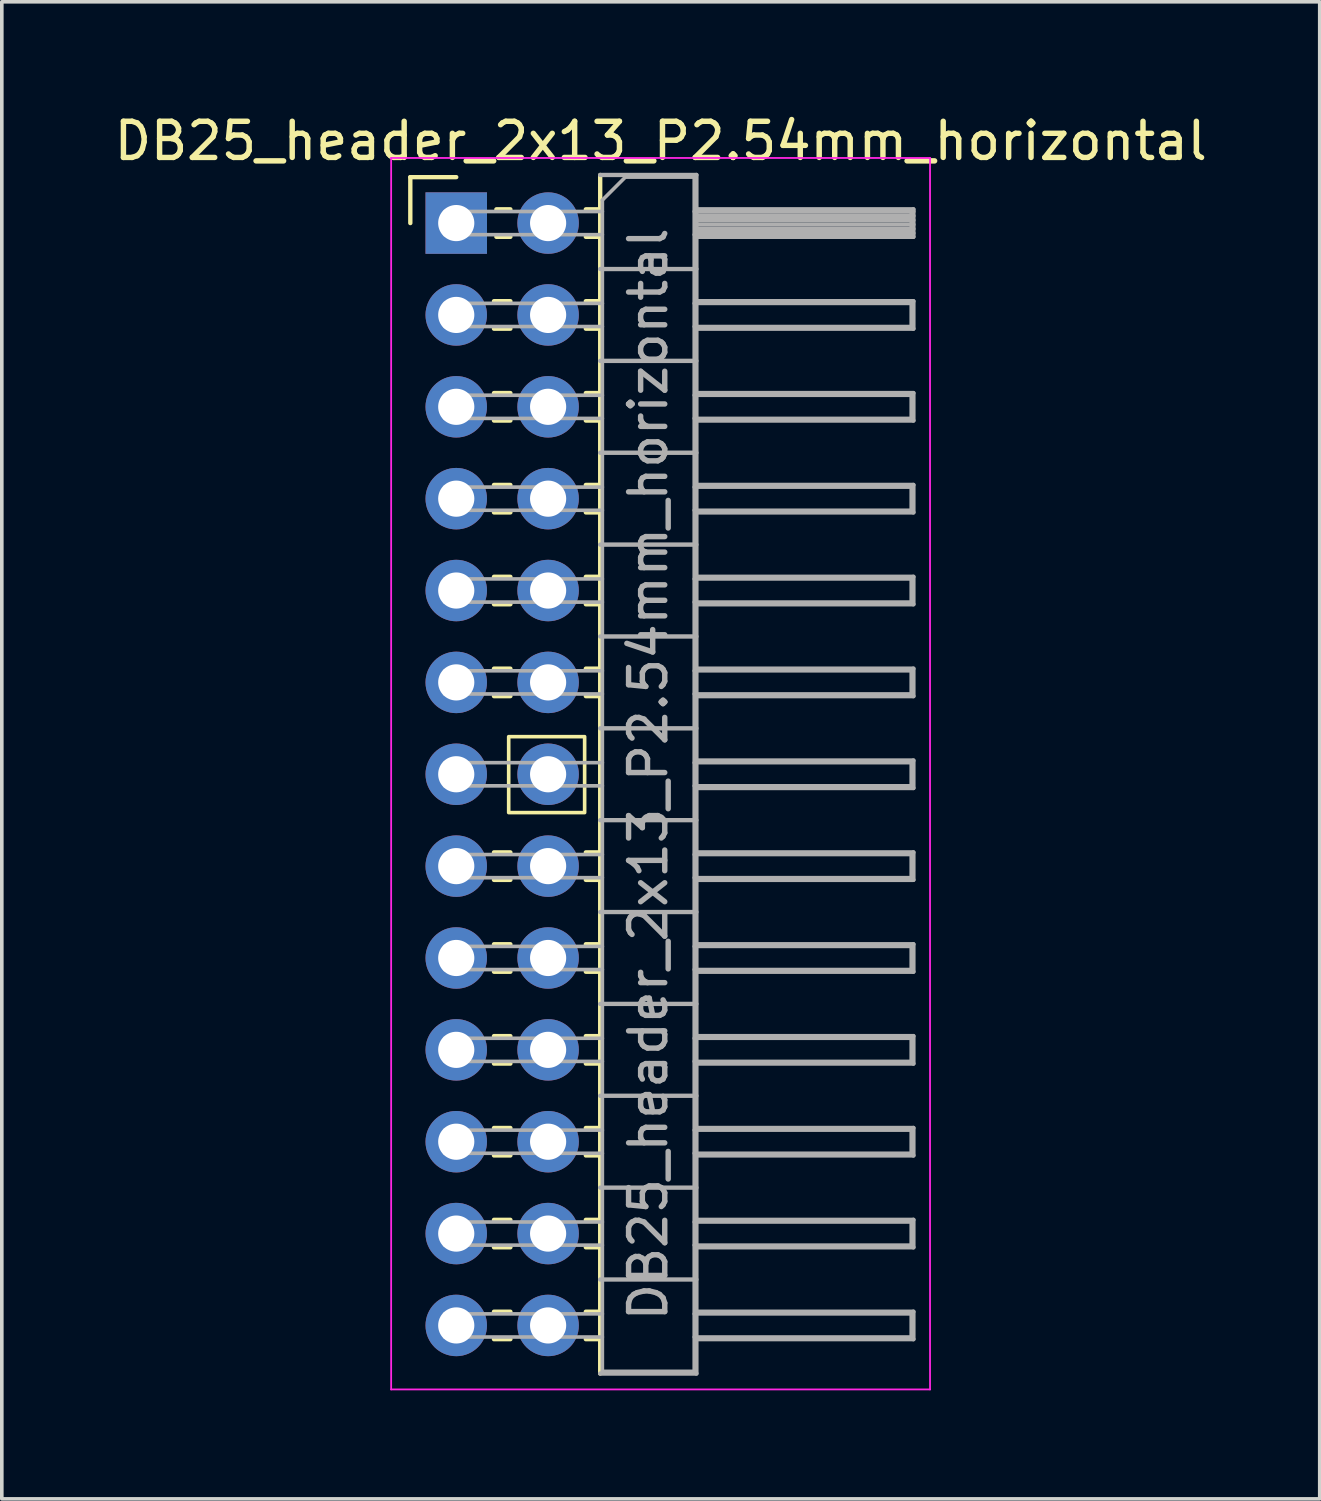
<source format=kicad_pcb>
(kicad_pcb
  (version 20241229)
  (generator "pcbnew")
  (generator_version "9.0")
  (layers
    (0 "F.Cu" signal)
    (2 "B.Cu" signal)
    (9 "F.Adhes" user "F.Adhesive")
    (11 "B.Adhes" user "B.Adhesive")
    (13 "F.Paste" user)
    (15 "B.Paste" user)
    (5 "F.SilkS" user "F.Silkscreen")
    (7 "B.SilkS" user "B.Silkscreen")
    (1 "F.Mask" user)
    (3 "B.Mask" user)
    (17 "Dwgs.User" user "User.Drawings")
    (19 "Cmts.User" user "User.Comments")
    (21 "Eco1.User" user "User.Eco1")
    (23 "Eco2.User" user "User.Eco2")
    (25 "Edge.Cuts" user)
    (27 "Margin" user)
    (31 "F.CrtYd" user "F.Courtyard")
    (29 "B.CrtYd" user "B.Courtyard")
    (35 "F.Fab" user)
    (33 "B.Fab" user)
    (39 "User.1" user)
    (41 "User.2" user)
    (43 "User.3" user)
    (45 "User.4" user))
  (footprint "DB25_header_2x13_P2.54mm_horizontal"
    (layer "F.Cu")
    (at 9.565 3.118)
    (property "Reference" "DB25_header_2x13_P2.54mm_horizontal" (at 5.655 -2.27 0) (layer "F.SilkS") (effects (font (size 1 1) (thickness 0.15))))
    (attr through_hole)
    (fp_line (start -1.27 -1.27) (end 0 -1.27) (stroke (width 0.12) (type solid)) (layer "F.SilkS"))
    (fp_line (start -1.27 0) (end -1.27 -1.27) (stroke (width 0.12) (type solid)) (layer "F.SilkS"))
    (fp_line (start 1.043 2.16) (end 1.497 2.16) (stroke (width 0.12) (type solid)) (layer "F.SilkS"))
    (fp_line (start 1.043 2.92) (end 1.497 2.92) (stroke (width 0.12) (type solid)) (layer "F.SilkS"))
    (fp_line (start 1.043 4.7) (end 1.497 4.7) (stroke (width 0.12) (type solid)) (layer "F.SilkS"))
    (fp_line (start 1.043 5.46) (end 1.497 5.46) (stroke (width 0.12) (type solid)) (layer "F.SilkS"))
    (fp_line (start 1.043 7.24) (end 1.497 7.24) (stroke (width 0.12) (type solid)) (layer "F.SilkS"))
    (fp_line (start 1.043 8) (end 1.497 8) (stroke (width 0.12) (type solid)) (layer "F.SilkS"))
    (fp_line (start 1.043 9.78) (end 1.497 9.78) (stroke (width 0.12) (type solid)) (layer "F.SilkS"))
    (fp_line (start 1.043 10.54) (end 1.497 10.54) (stroke (width 0.12) (type solid)) (layer "F.SilkS"))
    (fp_line (start 1.043 12.32) (end 1.497 12.32) (stroke (width 0.12) (type solid)) (layer "F.SilkS"))
    (fp_line (start 1.043 13.08) (end 1.497 13.08) (stroke (width 0.12) (type solid)) (layer "F.SilkS"))
    (fp_line (start 1.043 17.4) (end 1.497 17.4) (stroke (width 0.12) (type solid)) (layer "F.SilkS"))
    (fp_line (start 1.043 18.16) (end 1.497 18.16) (stroke (width 0.12) (type solid)) (layer "F.SilkS"))
    (fp_line (start 1.043 19.94) (end 1.497 19.94) (stroke (width 0.12) (type solid)) (layer "F.SilkS"))
    (fp_line (start 1.043 20.7) (end 1.497 20.7) (stroke (width 0.12) (type solid)) (layer "F.SilkS"))
    (fp_line (start 1.043 22.48) (end 1.497 22.48) (stroke (width 0.12) (type solid)) (layer "F.SilkS"))
    (fp_line (start 1.043 23.24) (end 1.497 23.24) (stroke (width 0.12) (type solid)) (layer "F.SilkS"))
    (fp_line (start 1.043 25.02) (end 1.497 25.02) (stroke (width 0.12) (type solid)) (layer "F.SilkS"))
    (fp_line (start 1.043 25.78) (end 1.497 25.78) (stroke (width 0.12) (type solid)) (layer "F.SilkS"))
    (fp_line (start 1.043 27.56) (end 1.497 27.56) (stroke (width 0.12) (type solid)) (layer "F.SilkS"))
    (fp_line (start 1.043 28.32) (end 1.497 28.32) (stroke (width 0.12) (type solid)) (layer "F.SilkS"))
    (fp_line (start 1.043 30.1) (end 1.497 30.1) (stroke (width 0.12) (type solid)) (layer "F.SilkS"))
    (fp_line (start 1.043 30.86) (end 1.497 30.86) (stroke (width 0.12) (type solid)) (layer "F.SilkS"))
    (fp_line (start 1.11 -0.38) (end 1.497 -0.38) (stroke (width 0.12) (type solid)) (layer "F.SilkS"))
    (fp_line (start 1.11 0.38) (end 1.497 0.38) (stroke (width 0.12) (type solid)) (layer "F.SilkS"))
    (fp_line (start 3.583 -0.38) (end 3.98 -0.38) (stroke (width 0.12) (type solid)) (layer "F.SilkS"))
    (fp_line (start 3.583 0.38) (end 3.98 0.38) (stroke (width 0.12) (type solid)) (layer "F.SilkS"))
    (fp_line (start 3.583 2.16) (end 3.98 2.16) (stroke (width 0.12) (type solid)) (layer "F.SilkS"))
    (fp_line (start 3.583 2.92) (end 3.98 2.92) (stroke (width 0.12) (type solid)) (layer "F.SilkS"))
    (fp_line (start 3.583 4.7) (end 3.98 4.7) (stroke (width 0.12) (type solid)) (layer "F.SilkS"))
    (fp_line (start 3.583 5.46) (end 3.98 5.46) (stroke (width 0.12) (type solid)) (layer "F.SilkS"))
    (fp_line (start 3.583 7.24) (end 3.98 7.24) (stroke (width 0.12) (type solid)) (layer "F.SilkS"))
    (fp_line (start 3.583 8) (end 3.98 8) (stroke (width 0.12) (type solid)) (layer "F.SilkS"))
    (fp_line (start 3.583 9.78) (end 3.98 9.78) (stroke (width 0.12) (type solid)) (layer "F.SilkS"))
    (fp_line (start 3.583 10.54) (end 3.98 10.54) (stroke (width 0.12) (type solid)) (layer "F.SilkS"))
    (fp_line (start 3.583 12.32) (end 3.98 12.32) (stroke (width 0.12) (type solid)) (layer "F.SilkS"))
    (fp_line (start 3.583 13.08) (end 3.98 13.08) (stroke (width 0.12) (type solid)) (layer "F.SilkS"))
    (fp_line (start 3.583 17.4) (end 3.98 17.4) (stroke (width 0.12) (type solid)) (layer "F.SilkS"))
    (fp_line (start 3.583 18.16) (end 3.98 18.16) (stroke (width 0.12) (type solid)) (layer "F.SilkS"))
    (fp_line (start 3.583 19.94) (end 3.98 19.94) (stroke (width 0.12) (type solid)) (layer "F.SilkS"))
    (fp_line (start 3.583 20.7) (end 3.98 20.7) (stroke (width 0.12) (type solid)) (layer "F.SilkS"))
    (fp_line (start 3.583 22.48) (end 3.98 22.48) (stroke (width 0.12) (type solid)) (layer "F.SilkS"))
    (fp_line (start 3.583 23.24) (end 3.98 23.24) (stroke (width 0.12) (type solid)) (layer "F.SilkS"))
    (fp_line (start 3.583 25.02) (end 3.98 25.02) (stroke (width 0.12) (type solid)) (layer "F.SilkS"))
    (fp_line (start 3.583 25.78) (end 3.98 25.78) (stroke (width 0.12) (type solid)) (layer "F.SilkS"))
    (fp_line (start 3.583 27.56) (end 3.98 27.56) (stroke (width 0.12) (type solid)) (layer "F.SilkS"))
    (fp_line (start 3.583 28.32) (end 3.98 28.32) (stroke (width 0.12) (type solid)) (layer "F.SilkS"))
    (fp_line (start 3.583 30.1) (end 3.98 30.1) (stroke (width 0.12) (type solid)) (layer "F.SilkS"))
    (fp_line (start 3.583 30.86) (end 3.98 30.86) (stroke (width 0.12) (type solid)) (layer "F.SilkS"))
    (fp_line (start 3.98 -1.33) (end 3.98 31.81) (stroke (width 0.12) (type solid)) (layer "F.SilkS"))
    (fp_rect (start 1.45 14.2) (end 3.55 16.3) (stroke (width 0.1) (type default)) (fill no) (layer "F.SilkS"))
    (fp_line (start -1.8 -1.8) (end -1.8 32.25) (stroke (width 0.05) (type solid)) (layer "F.CrtYd"))
    (fp_line (start -1.8 32.25) (end 13.1 32.25) (stroke (width 0.05) (type solid)) (layer "F.CrtYd"))
    (fp_line (start 13.1 -1.8) (end -1.8 -1.8) (stroke (width 0.05) (type solid)) (layer "F.CrtYd"))
    (fp_line (start 13.1 32.25) (end 13.1 -1.8) (stroke (width 0.05) (type solid)) (layer "F.CrtYd"))
    (fp_line (start -0.32 -0.32) (end -0.32 0.32) (stroke (width 0.1) (type solid)) (layer "F.Fab"))
    (fp_line (start -0.32 -0.32) (end 4.04 -0.32) (stroke (width 0.1) (type solid)) (layer "F.Fab"))
    (fp_line (start -0.32 0.32) (end 4.04 0.32) (stroke (width 0.1) (type solid)) (layer "F.Fab"))
    (fp_line (start -0.32 2.22) (end -0.32 2.86) (stroke (width 0.1) (type solid)) (layer "F.Fab"))
    (fp_line (start -0.32 2.22) (end 4.04 2.22) (stroke (width 0.1) (type solid)) (layer "F.Fab"))
    (fp_line (start -0.32 2.86) (end 4.04 2.86) (stroke (width 0.1) (type solid)) (layer "F.Fab"))
    (fp_line (start -0.32 4.76) (end -0.32 5.4) (stroke (width 0.1) (type solid)) (layer "F.Fab"))
    (fp_line (start -0.32 4.76) (end 4.04 4.76) (stroke (width 0.1) (type solid)) (layer "F.Fab"))
    (fp_line (start -0.32 5.4) (end 4.04 5.4) (stroke (width 0.1) (type solid)) (layer "F.Fab"))
    (fp_line (start -0.32 7.3) (end -0.32 7.94) (stroke (width 0.1) (type solid)) (layer "F.Fab"))
    (fp_line (start -0.32 7.3) (end 4.04 7.3) (stroke (width 0.1) (type solid)) (layer "F.Fab"))
    (fp_line (start -0.32 7.94) (end 4.04 7.94) (stroke (width 0.1) (type solid)) (layer "F.Fab"))
    (fp_line (start -0.32 9.84) (end -0.32 10.48) (stroke (width 0.1) (type solid)) (layer "F.Fab"))
    (fp_line (start -0.32 9.84) (end 4.04 9.84) (stroke (width 0.1) (type solid)) (layer "F.Fab"))
    (fp_line (start -0.32 10.48) (end 4.04 10.48) (stroke (width 0.1) (type solid)) (layer "F.Fab"))
    (fp_line (start -0.32 12.38) (end -0.32 13.02) (stroke (width 0.1) (type solid)) (layer "F.Fab"))
    (fp_line (start -0.32 12.38) (end 4.04 12.38) (stroke (width 0.1) (type solid)) (layer "F.Fab"))
    (fp_line (start -0.32 13.02) (end 4.04 13.02) (stroke (width 0.1) (type solid)) (layer "F.Fab"))
    (fp_line (start -0.32 14.92) (end -0.32 15.56) (stroke (width 0.1) (type solid)) (layer "F.Fab"))
    (fp_line (start -0.32 14.92) (end 4.04 14.92) (stroke (width 0.1) (type solid)) (layer "F.Fab"))
    (fp_line (start -0.32 15.56) (end 4.04 15.56) (stroke (width 0.1) (type solid)) (layer "F.Fab"))
    (fp_line (start -0.32 17.46) (end -0.32 18.1) (stroke (width 0.1) (type solid)) (layer "F.Fab"))
    (fp_line (start -0.32 17.46) (end 4.04 17.46) (stroke (width 0.1) (type solid)) (layer "F.Fab"))
    (fp_line (start -0.32 18.1) (end 4.04 18.1) (stroke (width 0.1) (type solid)) (layer "F.Fab"))
    (fp_line (start -0.32 20) (end -0.32 20.64) (stroke (width 0.1) (type solid)) (layer "F.Fab"))
    (fp_line (start -0.32 20) (end 4.04 20) (stroke (width 0.1) (type solid)) (layer "F.Fab"))
    (fp_line (start -0.32 20.64) (end 4.04 20.64) (stroke (width 0.1) (type solid)) (layer "F.Fab"))
    (fp_line (start -0.32 22.54) (end -0.32 23.18) (stroke (width 0.1) (type solid)) (layer "F.Fab"))
    (fp_line (start -0.32 22.54) (end 4.04 22.54) (stroke (width 0.1) (type solid)) (layer "F.Fab"))
    (fp_line (start -0.32 23.18) (end 4.04 23.18) (stroke (width 0.1) (type solid)) (layer "F.Fab"))
    (fp_line (start -0.32 25.08) (end -0.32 25.72) (stroke (width 0.1) (type solid)) (layer "F.Fab"))
    (fp_line (start -0.32 25.08) (end 4.04 25.08) (stroke (width 0.1) (type solid)) (layer "F.Fab"))
    (fp_line (start -0.32 25.72) (end 4.04 25.72) (stroke (width 0.1) (type solid)) (layer "F.Fab"))
    (fp_line (start -0.32 27.62) (end -0.32 28.26) (stroke (width 0.1) (type solid)) (layer "F.Fab"))
    (fp_line (start -0.32 27.62) (end 4.04 27.62) (stroke (width 0.1) (type solid)) (layer "F.Fab"))
    (fp_line (start -0.32 28.26) (end 4.04 28.26) (stroke (width 0.1) (type solid)) (layer "F.Fab"))
    (fp_line (start -0.32 30.16) (end -0.32 30.8) (stroke (width 0.1) (type solid)) (layer "F.Fab"))
    (fp_line (start -0.32 30.16) (end 4.04 30.16) (stroke (width 0.1) (type solid)) (layer "F.Fab"))
    (fp_line (start -0.32 30.8) (end 4.04 30.8) (stroke (width 0.1) (type solid)) (layer "F.Fab"))
    (fp_line (start 3.98 1.27) (end 6.64 1.27) (stroke (width 0.12) (type solid)) (layer "F.Fab"))
    (fp_line (start 3.98 3.81) (end 6.64 3.81) (stroke (width 0.12) (type solid)) (layer "F.Fab"))
    (fp_line (start 3.98 6.35) (end 6.64 6.35) (stroke (width 0.12) (type solid)) (layer "F.Fab"))
    (fp_line (start 3.98 8.89) (end 6.64 8.89) (stroke (width 0.12) (type solid)) (layer "F.Fab"))
    (fp_line (start 3.98 11.43) (end 6.64 11.43) (stroke (width 0.12) (type solid)) (layer "F.Fab"))
    (fp_line (start 3.98 13.97) (end 6.64 13.97) (stroke (width 0.12) (type solid)) (layer "F.Fab"))
    (fp_line (start 3.98 16.51) (end 6.64 16.51) (stroke (width 0.12) (type solid)) (layer "F.Fab"))
    (fp_line (start 3.98 19.05) (end 6.64 19.05) (stroke (width 0.12) (type solid)) (layer "F.Fab"))
    (fp_line (start 3.98 21.59) (end 6.64 21.59) (stroke (width 0.12) (type solid)) (layer "F.Fab"))
    (fp_line (start 3.98 24.13) (end 6.64 24.13) (stroke (width 0.12) (type solid)) (layer "F.Fab"))
    (fp_line (start 3.98 26.67) (end 6.64 26.67) (stroke (width 0.12) (type solid)) (layer "F.Fab"))
    (fp_line (start 3.98 29.21) (end 6.64 29.21) (stroke (width 0.12) (type solid)) (layer "F.Fab"))
    (fp_line (start 3.98 31.81) (end 6.64 31.81) (stroke (width 0.12) (type solid)) (layer "F.Fab"))
    (fp_line (start 4.04 -0.635) (end 4.675 -1.27) (stroke (width 0.1) (type solid)) (layer "F.Fab"))
    (fp_line (start 4.04 31.75) (end 4.04 -0.635) (stroke (width 0.1) (type solid)) (layer "F.Fab"))
    (fp_line (start 4.675 -1.27) (end 6.58 -1.27) (stroke (width 0.1) (type solid)) (layer "F.Fab"))
    (fp_line (start 6.58 -1.27) (end 6.58 31.75) (stroke (width 0.1) (type solid)) (layer "F.Fab"))
    (fp_line (start 6.58 -0.32) (end 12.58 -0.32) (stroke (width 0.1) (type solid)) (layer "F.Fab"))
    (fp_line (start 6.58 0.32) (end 12.58 0.32) (stroke (width 0.1) (type solid)) (layer "F.Fab"))
    (fp_line (start 6.58 2.22) (end 12.58 2.22) (stroke (width 0.1) (type solid)) (layer "F.Fab"))
    (fp_line (start 6.58 2.86) (end 12.58 2.86) (stroke (width 0.1) (type solid)) (layer "F.Fab"))
    (fp_line (start 6.58 4.76) (end 12.58 4.76) (stroke (width 0.1) (type solid)) (layer "F.Fab"))
    (fp_line (start 6.58 5.4) (end 12.58 5.4) (stroke (width 0.1) (type solid)) (layer "F.Fab"))
    (fp_line (start 6.58 7.3) (end 12.58 7.3) (stroke (width 0.1) (type solid)) (layer "F.Fab"))
    (fp_line (start 6.58 7.94) (end 12.58 7.94) (stroke (width 0.1) (type solid)) (layer "F.Fab"))
    (fp_line (start 6.58 9.84) (end 12.58 9.84) (stroke (width 0.1) (type solid)) (layer "F.Fab"))
    (fp_line (start 6.58 10.48) (end 12.58 10.48) (stroke (width 0.1) (type solid)) (layer "F.Fab"))
    (fp_line (start 6.58 12.38) (end 12.58 12.38) (stroke (width 0.1) (type solid)) (layer "F.Fab"))
    (fp_line (start 6.58 13.02) (end 12.58 13.02) (stroke (width 0.1) (type solid)) (layer "F.Fab"))
    (fp_line (start 6.58 14.92) (end 12.58 14.92) (stroke (width 0.1) (type solid)) (layer "F.Fab"))
    (fp_line (start 6.58 15.56) (end 12.58 15.56) (stroke (width 0.1) (type solid)) (layer "F.Fab"))
    (fp_line (start 6.58 17.46) (end 12.58 17.46) (stroke (width 0.1) (type solid)) (layer "F.Fab"))
    (fp_line (start 6.58 18.1) (end 12.58 18.1) (stroke (width 0.1) (type solid)) (layer "F.Fab"))
    (fp_line (start 6.58 20) (end 12.58 20) (stroke (width 0.1) (type solid)) (layer "F.Fab"))
    (fp_line (start 6.58 20.64) (end 12.58 20.64) (stroke (width 0.1) (type solid)) (layer "F.Fab"))
    (fp_line (start 6.58 22.54) (end 12.58 22.54) (stroke (width 0.1) (type solid)) (layer "F.Fab"))
    (fp_line (start 6.58 23.18) (end 12.58 23.18) (stroke (width 0.1) (type solid)) (layer "F.Fab"))
    (fp_line (start 6.58 25.08) (end 12.58 25.08) (stroke (width 0.1) (type solid)) (layer "F.Fab"))
    (fp_line (start 6.58 25.72) (end 12.58 25.72) (stroke (width 0.1) (type solid)) (layer "F.Fab"))
    (fp_line (start 6.58 27.62) (end 12.58 27.62) (stroke (width 0.1) (type solid)) (layer "F.Fab"))
    (fp_line (start 6.58 28.26) (end 12.58 28.26) (stroke (width 0.1) (type solid)) (layer "F.Fab"))
    (fp_line (start 6.58 30.16) (end 12.58 30.16) (stroke (width 0.1) (type solid)) (layer "F.Fab"))
    (fp_line (start 6.58 30.8) (end 12.58 30.8) (stroke (width 0.1) (type solid)) (layer "F.Fab"))
    (fp_line (start 6.58 31.75) (end 4.04 31.75) (stroke (width 0.1) (type solid)) (layer "F.Fab"))
    (fp_line (start 6.64 -1.33) (end 3.98 -1.33) (stroke (width 0.12) (type solid)) (layer "F.Fab"))
    (fp_line (start 6.64 -0.38) (end 12.64 -0.38) (stroke (width 0.12) (type solid)) (layer "F.Fab"))
    (fp_line (start 6.64 -0.32) (end 12.64 -0.32) (stroke (width 0.12) (type solid)) (layer "F.Fab"))
    (fp_line (start 6.64 -0.2) (end 12.64 -0.2) (stroke (width 0.12) (type solid)) (layer "F.Fab"))
    (fp_line (start 6.64 -0.08) (end 12.64 -0.08) (stroke (width 0.12) (type solid)) (layer "F.Fab"))
    (fp_line (start 6.64 0.04) (end 12.64 0.04) (stroke (width 0.12) (type solid)) (layer "F.Fab"))
    (fp_line (start 6.64 0.16) (end 12.64 0.16) (stroke (width 0.12) (type solid)) (layer "F.Fab"))
    (fp_line (start 6.64 0.28) (end 12.64 0.28) (stroke (width 0.12) (type solid)) (layer "F.Fab"))
    (fp_line (start 6.64 2.16) (end 12.64 2.16) (stroke (width 0.12) (type solid)) (layer "F.Fab"))
    (fp_line (start 6.64 4.7) (end 12.64 4.7) (stroke (width 0.12) (type solid)) (layer "F.Fab"))
    (fp_line (start 6.64 7.24) (end 12.64 7.24) (stroke (width 0.12) (type solid)) (layer "F.Fab"))
    (fp_line (start 6.64 9.78) (end 12.64 9.78) (stroke (width 0.12) (type solid)) (layer "F.Fab"))
    (fp_line (start 6.64 12.32) (end 12.64 12.32) (stroke (width 0.12) (type solid)) (layer "F.Fab"))
    (fp_line (start 6.64 14.86) (end 12.64 14.86) (stroke (width 0.12) (type solid)) (layer "F.Fab"))
    (fp_line (start 6.64 17.4) (end 12.64 17.4) (stroke (width 0.12) (type solid)) (layer "F.Fab"))
    (fp_line (start 6.64 19.94) (end 12.64 19.94) (stroke (width 0.12) (type solid)) (layer "F.Fab"))
    (fp_line (start 6.64 22.48) (end 12.64 22.48) (stroke (width 0.12) (type solid)) (layer "F.Fab"))
    (fp_line (start 6.64 25.02) (end 12.64 25.02) (stroke (width 0.12) (type solid)) (layer "F.Fab"))
    (fp_line (start 6.64 27.56) (end 12.64 27.56) (stroke (width 0.12) (type solid)) (layer "F.Fab"))
    (fp_line (start 6.64 30.1) (end 12.64 30.1) (stroke (width 0.12) (type solid)) (layer "F.Fab"))
    (fp_line (start 6.64 31.81) (end 6.64 -1.33) (stroke (width 0.12) (type solid)) (layer "F.Fab"))
    (fp_line (start 12.58 -0.32) (end 12.58 0.32) (stroke (width 0.1) (type solid)) (layer "F.Fab"))
    (fp_line (start 12.58 2.22) (end 12.58 2.86) (stroke (width 0.1) (type solid)) (layer "F.Fab"))
    (fp_line (start 12.58 4.76) (end 12.58 5.4) (stroke (width 0.1) (type solid)) (layer "F.Fab"))
    (fp_line (start 12.58 7.3) (end 12.58 7.94) (stroke (width 0.1) (type solid)) (layer "F.Fab"))
    (fp_line (start 12.58 9.84) (end 12.58 10.48) (stroke (width 0.1) (type solid)) (layer "F.Fab"))
    (fp_line (start 12.58 12.38) (end 12.58 13.02) (stroke (width 0.1) (type solid)) (layer "F.Fab"))
    (fp_line (start 12.58 14.92) (end 12.58 15.56) (stroke (width 0.1) (type solid)) (layer "F.Fab"))
    (fp_line (start 12.58 17.46) (end 12.58 18.1) (stroke (width 0.1) (type solid)) (layer "F.Fab"))
    (fp_line (start 12.58 20) (end 12.58 20.64) (stroke (width 0.1) (type solid)) (layer "F.Fab"))
    (fp_line (start 12.58 22.54) (end 12.58 23.18) (stroke (width 0.1) (type solid)) (layer "F.Fab"))
    (fp_line (start 12.58 25.08) (end 12.58 25.72) (stroke (width 0.1) (type solid)) (layer "F.Fab"))
    (fp_line (start 12.58 27.62) (end 12.58 28.26) (stroke (width 0.1) (type solid)) (layer "F.Fab"))
    (fp_line (start 12.58 30.16) (end 12.58 30.8) (stroke (width 0.1) (type solid)) (layer "F.Fab"))
    (fp_line (start 12.64 -0.38) (end 12.64 0.38) (stroke (width 0.12) (type solid)) (layer "F.Fab"))
    (fp_line (start 12.64 0.38) (end 6.64 0.38) (stroke (width 0.12) (type solid)) (layer "F.Fab"))
    (fp_line (start 12.64 2.16) (end 12.64 2.92) (stroke (width 0.12) (type solid)) (layer "F.Fab"))
    (fp_line (start 12.64 2.92) (end 6.64 2.92) (stroke (width 0.12) (type solid)) (layer "F.Fab"))
    (fp_line (start 12.64 4.7) (end 12.64 5.46) (stroke (width 0.12) (type solid)) (layer "F.Fab"))
    (fp_line (start 12.64 5.46) (end 6.64 5.46) (stroke (width 0.12) (type solid)) (layer "F.Fab"))
    (fp_line (start 12.64 7.24) (end 12.64 8) (stroke (width 0.12) (type solid)) (layer "F.Fab"))
    (fp_line (start 12.64 8) (end 6.64 8) (stroke (width 0.12) (type solid)) (layer "F.Fab"))
    (fp_line (start 12.64 9.78) (end 12.64 10.54) (stroke (width 0.12) (type solid)) (layer "F.Fab"))
    (fp_line (start 12.64 10.54) (end 6.64 10.54) (stroke (width 0.12) (type solid)) (layer "F.Fab"))
    (fp_line (start 12.64 12.32) (end 12.64 13.08) (stroke (width 0.12) (type solid)) (layer "F.Fab"))
    (fp_line (start 12.64 13.08) (end 6.64 13.08) (stroke (width 0.12) (type solid)) (layer "F.Fab"))
    (fp_line (start 12.64 14.86) (end 12.64 15.62) (stroke (width 0.12) (type solid)) (layer "F.Fab"))
    (fp_line (start 12.64 15.62) (end 6.64 15.62) (stroke (width 0.12) (type solid)) (layer "F.Fab"))
    (fp_line (start 12.64 17.4) (end 12.64 18.16) (stroke (width 0.12) (type solid)) (layer "F.Fab"))
    (fp_line (start 12.64 18.16) (end 6.64 18.16) (stroke (width 0.12) (type solid)) (layer "F.Fab"))
    (fp_line (start 12.64 19.94) (end 12.64 20.7) (stroke (width 0.12) (type solid)) (layer "F.Fab"))
    (fp_line (start 12.64 20.7) (end 6.64 20.7) (stroke (width 0.12) (type solid)) (layer "F.Fab"))
    (fp_line (start 12.64 22.48) (end 12.64 23.24) (stroke (width 0.12) (type solid)) (layer "F.Fab"))
    (fp_line (start 12.64 23.24) (end 6.64 23.24) (stroke (width 0.12) (type solid)) (layer "F.Fab"))
    (fp_line (start 12.64 25.02) (end 12.64 25.78) (stroke (width 0.12) (type solid)) (layer "F.Fab"))
    (fp_line (start 12.64 25.78) (end 6.64 25.78) (stroke (width 0.12) (type solid)) (layer "F.Fab"))
    (fp_line (start 12.64 27.56) (end 12.64 28.32) (stroke (width 0.12) (type solid)) (layer "F.Fab"))
    (fp_line (start 12.64 28.32) (end 6.64 28.32) (stroke (width 0.12) (type solid)) (layer "F.Fab"))
    (fp_line (start 12.64 30.1) (end 12.64 30.86) (stroke (width 0.12) (type solid)) (layer "F.Fab"))
    (fp_line (start 12.64 30.86) (end 6.64 30.86) (stroke (width 0.12) (type solid)) (layer "F.Fab"))
    (fp_text user "${REFERENCE}" (at 5.31 15.24 90) (layer "F.Fab") (effects (font (size 1 1) (thickness 0.15))))
    (pad "1" thru_hole rect (at 0 0) (size 1.7 1.7) (drill 1) (layers "*.Cu" "*.Mask"))
    (pad "2" thru_hole oval (at 0 2.54) (size 1.7 1.7) (drill 1) (layers "*.Cu" "*.Mask"))
    (pad "3" thru_hole oval (at 0 5.08) (size 1.7 1.7) (drill 1) (layers "*.Cu" "*.Mask"))
    (pad "4" thru_hole oval (at 0 7.62) (size 1.7 1.7) (drill 1) (layers "*.Cu" "*.Mask"))
    (pad "5" thru_hole oval (at 0 10.16) (size 1.7 1.7) (drill 1) (layers "*.Cu" "*.Mask"))
    (pad "6" thru_hole oval (at 0 12.7) (size 1.7 1.7) (drill 1) (layers "*.Cu" "*.Mask"))
    (pad "7" thru_hole oval (at 0 15.24) (size 1.7 1.7) (drill 1) (layers "*.Cu" "*.Mask"))
    (pad "8" thru_hole oval (at 0 17.78) (size 1.7 1.7) (drill 1) (layers "*.Cu" "*.Mask"))
    (pad "9" thru_hole oval (at 0 20.32) (size 1.7 1.7) (drill 1) (layers "*.Cu" "*.Mask"))
    (pad "10" thru_hole oval (at 0 22.86) (size 1.7 1.7) (drill 1) (layers "*.Cu" "*.Mask"))
    (pad "11" thru_hole oval (at 0 25.4) (size 1.7 1.7) (drill 1) (layers "*.Cu" "*.Mask"))
    (pad "12" thru_hole oval (at 0 27.94) (size 1.7 1.7) (drill 1) (layers "*.Cu" "*.Mask"))
    (pad "13" thru_hole oval (at 0 30.48) (size 1.7 1.7) (drill 1) (layers "*.Cu" "*.Mask"))
    (pad "14" thru_hole oval (at 2.54 0) (size 1.7 1.7) (drill 1) (layers "*.Cu" "*.Mask"))
    (pad "15" thru_hole oval (at 2.54 2.54) (size 1.7 1.7) (drill 1) (layers "*.Cu" "*.Mask"))
    (pad "16" thru_hole oval (at 2.54 5.08) (size 1.7 1.7) (drill 1) (layers "*.Cu" "*.Mask"))
    (pad "17" thru_hole oval (at 2.54 7.62) (size 1.7 1.7) (drill 1) (layers "*.Cu" "*.Mask"))
    (pad "18" thru_hole oval (at 2.54 10.16) (size 1.7 1.7) (drill 1) (layers "*.Cu" "*.Mask"))
    (pad "19" thru_hole oval (at 2.54 12.7) (size 1.7 1.7) (drill 1) (layers "*.Cu" "*.Mask"))
    (pad "20" thru_hole oval (at 2.54 15.24) (size 1.7 1.7) (drill 1) (layers "*.Cu" "*.Mask"))
    (pad "21" thru_hole oval (at 2.54 17.78) (size 1.7 1.7) (drill 1) (layers "*.Cu" "*.Mask"))
    (pad "22" thru_hole oval (at 2.54 20.32) (size 1.7 1.7) (drill 1) (layers "*.Cu" "*.Mask"))
    (pad "23" thru_hole oval (at 2.54 22.86) (size 1.7 1.7) (drill 1) (layers "*.Cu" "*.Mask"))
    (pad "24" thru_hole oval (at 2.54 25.4) (size 1.7 1.7) (drill 1) (layers "*.Cu" "*.Mask"))
    (pad "25" thru_hole oval (at 2.54 27.94) (size 1.7 1.7) (drill 1) (layers "*.Cu" "*.Mask"))
    (pad "26" thru_hole oval (at 2.54 30.48) (size 1.7 1.7) (drill 1) (layers "*.Cu" "*.Mask")))
  (gr_rect
    (start -3 -3)
    (end 33.44 38.393)
    (stroke (width 0.1) (type default))
    (fill no)
    (layer "Edge.Cuts")))
</source>
